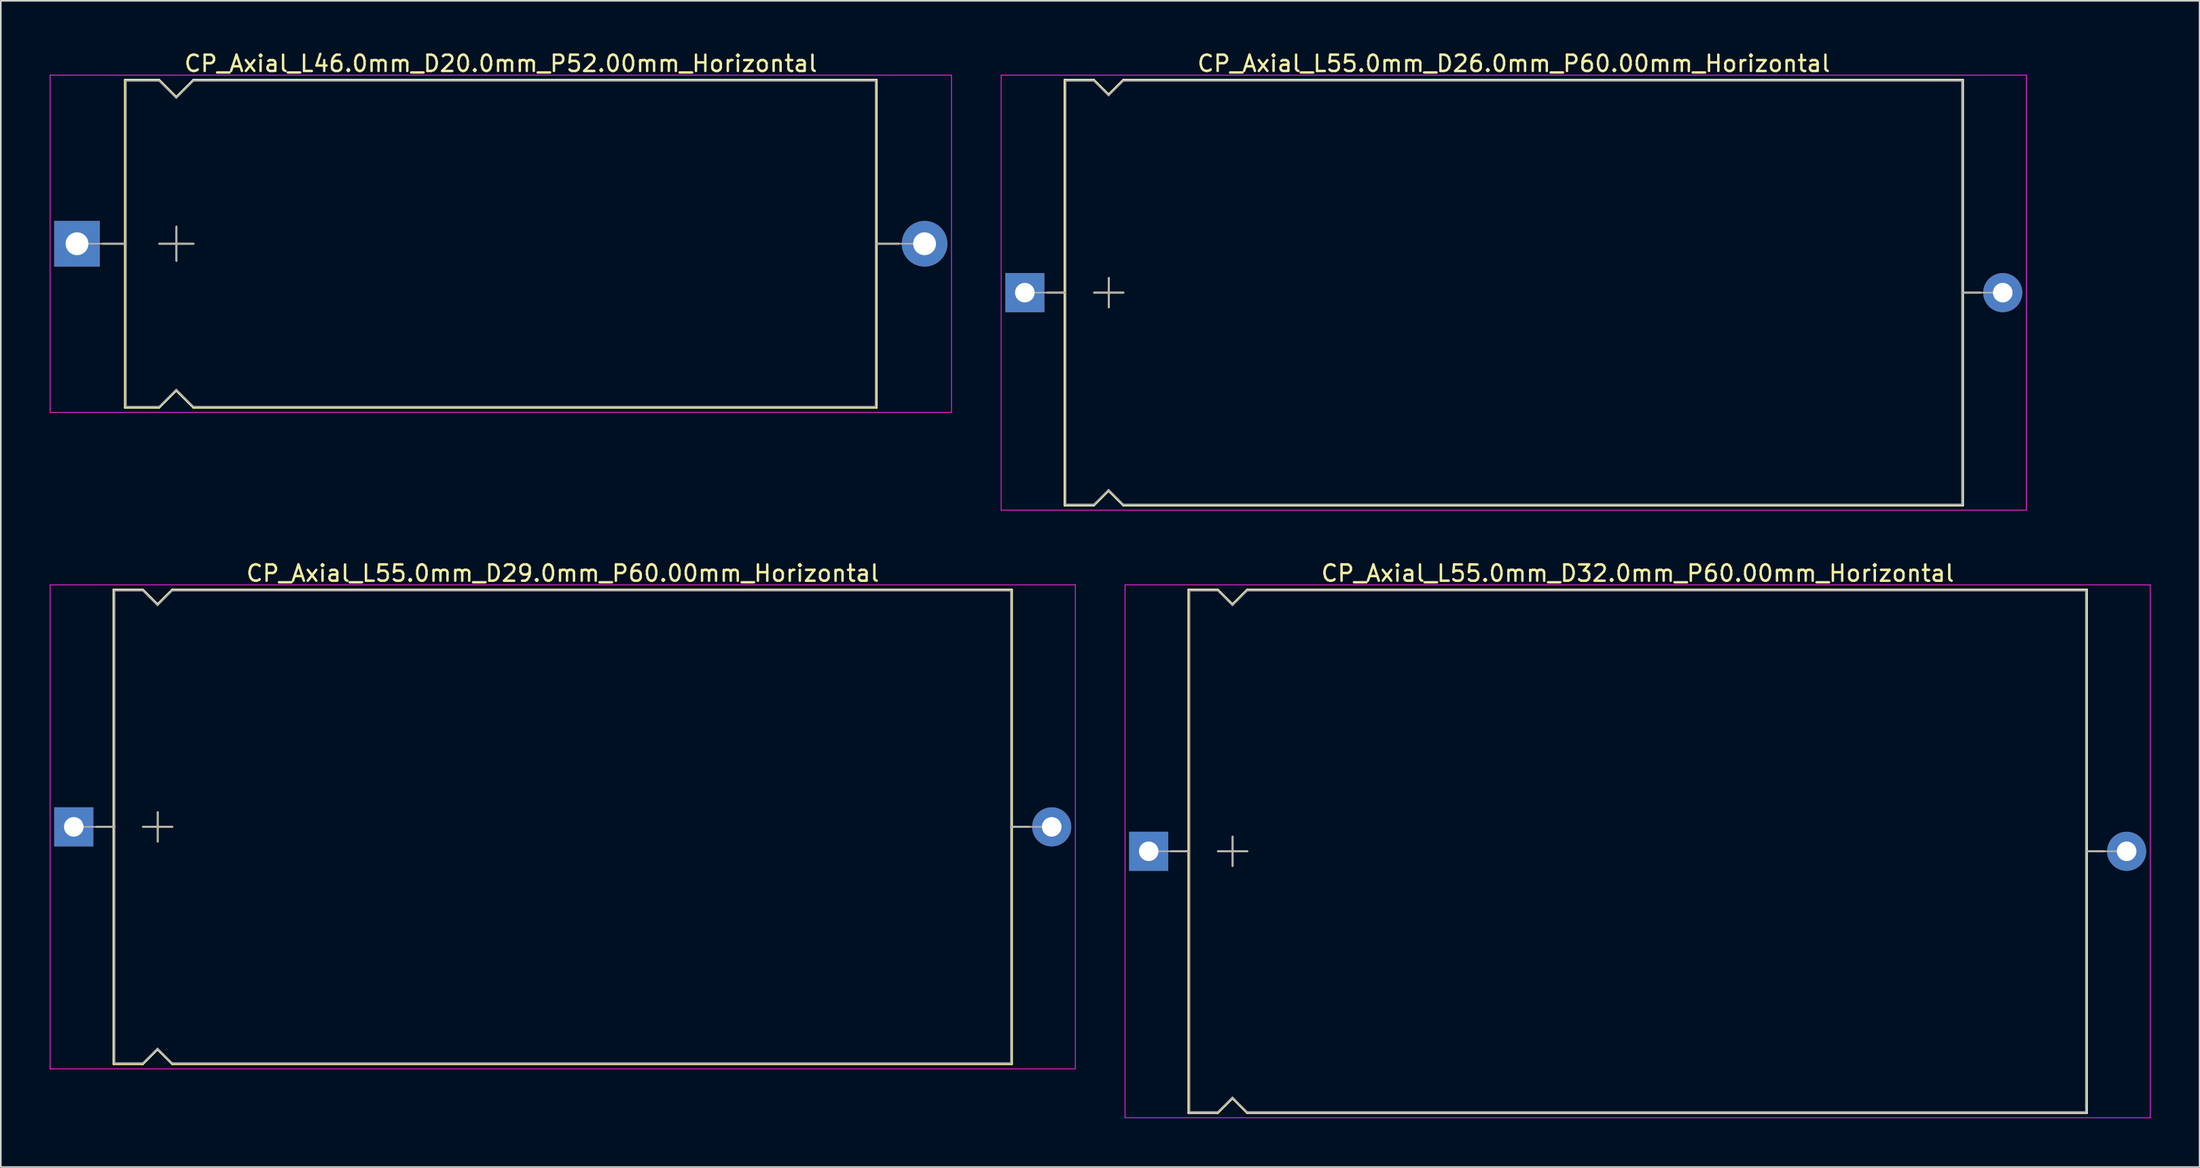
<source format=kicad_pcb>
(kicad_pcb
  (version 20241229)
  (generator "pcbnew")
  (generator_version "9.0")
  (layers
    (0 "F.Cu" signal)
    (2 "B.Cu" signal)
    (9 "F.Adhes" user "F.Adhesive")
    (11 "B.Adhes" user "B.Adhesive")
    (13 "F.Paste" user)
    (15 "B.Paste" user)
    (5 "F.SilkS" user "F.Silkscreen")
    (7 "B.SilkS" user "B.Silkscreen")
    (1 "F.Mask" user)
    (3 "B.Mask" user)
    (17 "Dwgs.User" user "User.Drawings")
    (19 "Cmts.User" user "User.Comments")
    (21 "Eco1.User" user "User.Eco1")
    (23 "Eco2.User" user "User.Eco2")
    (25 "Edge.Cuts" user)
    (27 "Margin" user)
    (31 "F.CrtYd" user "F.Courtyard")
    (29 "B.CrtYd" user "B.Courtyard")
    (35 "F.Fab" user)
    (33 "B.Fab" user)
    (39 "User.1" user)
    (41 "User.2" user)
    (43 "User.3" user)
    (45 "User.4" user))
  (footprint "CP_Axial_L55.0mm_D29.0mm_P60.00mm_Horizontal"
    (layer "F.Cu")
    (at 1.475 47.691)
    (property "Reference" "CP_Axial_L55.0mm_D29.0mm_P60.00mm_Horizontal" (at 30 -15.56 0) (layer "F.SilkS") (effects (font (size 1 1) (thickness 0.15))))
    (attr through_hole)
    (fp_line (start 1.38 0) (end 2.44 0) (stroke (width 0.12) (type solid)) (layer "F.SilkS"))
    (fp_line (start 2.44 -14.56) (end 2.44 14.56) (stroke (width 0.12) (type solid)) (layer "F.SilkS"))
    (fp_line (start 2.44 -14.56) (end 4.24 -14.56) (stroke (width 0.12) (type solid)) (layer "F.SilkS"))
    (fp_line (start 2.44 14.56) (end 4.24 14.56) (stroke (width 0.12) (type solid)) (layer "F.SilkS"))
    (fp_line (start 4.24 -14.56) (end 5.14 -13.66) (stroke (width 0.12) (type solid)) (layer "F.SilkS"))
    (fp_line (start 4.24 14.56) (end 5.14 13.66) (stroke (width 0.12) (type solid)) (layer "F.SilkS"))
    (fp_line (start 4.25 0) (end 6.05 0) (stroke (width 0.12) (type solid)) (layer "F.SilkS"))
    (fp_line (start 5.14 -13.66) (end 6.04 -14.56) (stroke (width 0.12) (type solid)) (layer "F.SilkS"))
    (fp_line (start 5.14 13.66) (end 6.04 14.56) (stroke (width 0.12) (type solid)) (layer "F.SilkS"))
    (fp_line (start 5.15 -0.9) (end 5.15 0.9) (stroke (width 0.12) (type solid)) (layer "F.SilkS"))
    (fp_line (start 6.04 -14.56) (end 57.56 -14.56) (stroke (width 0.12) (type solid)) (layer "F.SilkS"))
    (fp_line (start 6.04 14.56) (end 57.56 14.56) (stroke (width 0.12) (type solid)) (layer "F.SilkS"))
    (fp_line (start 57.56 -14.56) (end 57.56 14.56) (stroke (width 0.12) (type solid)) (layer "F.SilkS"))
    (fp_line (start 58.62 0) (end 57.56 0) (stroke (width 0.12) (type solid)) (layer "F.SilkS"))
    (fp_line (start -1.45 -14.85) (end -1.45 14.85) (stroke (width 0.05) (type solid)) (layer "F.CrtYd"))
    (fp_line (start -1.45 14.85) (end 61.45 14.85) (stroke (width 0.05) (type solid)) (layer "F.CrtYd"))
    (fp_line (start 61.45 -14.85) (end -1.45 -14.85) (stroke (width 0.05) (type solid)) (layer "F.CrtYd"))
    (fp_line (start 61.45 14.85) (end 61.45 -14.85) (stroke (width 0.05) (type solid)) (layer "F.CrtYd"))
    (fp_line (start 0 0) (end 2.5 0) (stroke (width 0.1) (type solid)) (layer "F.Fab"))
    (fp_line (start 2.5 -14.5) (end 2.5 14.5) (stroke (width 0.1) (type solid)) (layer "F.Fab"))
    (fp_line (start 2.5 -14.5) (end 4.24 -14.5) (stroke (width 0.1) (type solid)) (layer "F.Fab"))
    (fp_line (start 2.5 14.5) (end 4.24 14.5) (stroke (width 0.1) (type solid)) (layer "F.Fab"))
    (fp_line (start 4.24 -14.5) (end 5.14 -13.6) (stroke (width 0.1) (type solid)) (layer "F.Fab"))
    (fp_line (start 4.24 14.5) (end 5.14 13.6) (stroke (width 0.1) (type solid)) (layer "F.Fab"))
    (fp_line (start 4.25 0) (end 6.05 0) (stroke (width 0.1) (type solid)) (layer "F.Fab"))
    (fp_line (start 5.14 -13.6) (end 6.04 -14.5) (stroke (width 0.1) (type solid)) (layer "F.Fab"))
    (fp_line (start 5.14 13.6) (end 6.04 14.5) (stroke (width 0.1) (type solid)) (layer "F.Fab"))
    (fp_line (start 5.15 -0.9) (end 5.15 0.9) (stroke (width 0.1) (type solid)) (layer "F.Fab"))
    (fp_line (start 6.04 -14.5) (end 57.5 -14.5) (stroke (width 0.1) (type solid)) (layer "F.Fab"))
    (fp_line (start 6.04 14.5) (end 57.5 14.5) (stroke (width 0.1) (type solid)) (layer "F.Fab"))
    (fp_line (start 57.5 -14.5) (end 57.5 14.5) (stroke (width 0.1) (type solid)) (layer "F.Fab"))
    (fp_line (start 60 0) (end 57.5 0) (stroke (width 0.1) (type solid)) (layer "F.Fab"))
    (pad "1" thru_hole rect (at 0 0) (size 2.4 2.4) (drill 1.2) (layers "*.Cu" "*.Mask"))
    (pad "2" thru_hole oval (at 60 0) (size 2.4 2.4) (drill 1.2) (layers "*.Cu" "*.Mask")))
  (footprint "CP_Axial_L55.0mm_D32.0mm_P60.00mm_Horizontal"
    (layer "F.Cu")
    (at 67.425 49.191)
    (property "Reference" "CP_Axial_L55.0mm_D32.0mm_P60.00mm_Horizontal" (at 30 -17.06 0) (layer "F.SilkS") (effects (font (size 1 1) (thickness 0.15))))
    (attr through_hole)
    (fp_line (start 1.38 0) (end 2.44 0) (stroke (width 0.12) (type solid)) (layer "F.SilkS"))
    (fp_line (start 2.44 -16.06) (end 2.44 16.06) (stroke (width 0.12) (type solid)) (layer "F.SilkS"))
    (fp_line (start 2.44 -16.06) (end 4.24 -16.06) (stroke (width 0.12) (type solid)) (layer "F.SilkS"))
    (fp_line (start 2.44 16.06) (end 4.24 16.06) (stroke (width 0.12) (type solid)) (layer "F.SilkS"))
    (fp_line (start 4.24 -16.06) (end 5.14 -15.16) (stroke (width 0.12) (type solid)) (layer "F.SilkS"))
    (fp_line (start 4.24 16.06) (end 5.14 15.16) (stroke (width 0.12) (type solid)) (layer "F.SilkS"))
    (fp_line (start 4.25 0) (end 6.05 0) (stroke (width 0.12) (type solid)) (layer "F.SilkS"))
    (fp_line (start 5.14 -15.16) (end 6.04 -16.06) (stroke (width 0.12) (type solid)) (layer "F.SilkS"))
    (fp_line (start 5.14 15.16) (end 6.04 16.06) (stroke (width 0.12) (type solid)) (layer "F.SilkS"))
    (fp_line (start 5.15 -0.9) (end 5.15 0.9) (stroke (width 0.12) (type solid)) (layer "F.SilkS"))
    (fp_line (start 6.04 -16.06) (end 57.56 -16.06) (stroke (width 0.12) (type solid)) (layer "F.SilkS"))
    (fp_line (start 6.04 16.06) (end 57.56 16.06) (stroke (width 0.12) (type solid)) (layer "F.SilkS"))
    (fp_line (start 57.56 -16.06) (end 57.56 16.06) (stroke (width 0.12) (type solid)) (layer "F.SilkS"))
    (fp_line (start 58.62 0) (end 57.56 0) (stroke (width 0.12) (type solid)) (layer "F.SilkS"))
    (fp_line (start -1.45 -16.35) (end -1.45 16.35) (stroke (width 0.05) (type solid)) (layer "F.CrtYd"))
    (fp_line (start -1.45 16.35) (end 61.45 16.35) (stroke (width 0.05) (type solid)) (layer "F.CrtYd"))
    (fp_line (start 61.45 -16.35) (end -1.45 -16.35) (stroke (width 0.05) (type solid)) (layer "F.CrtYd"))
    (fp_line (start 61.45 16.35) (end 61.45 -16.35) (stroke (width 0.05) (type solid)) (layer "F.CrtYd"))
    (fp_line (start 0 0) (end 2.5 0) (stroke (width 0.1) (type solid)) (layer "F.Fab"))
    (fp_line (start 2.5 -16) (end 2.5 16) (stroke (width 0.1) (type solid)) (layer "F.Fab"))
    (fp_line (start 2.5 -16) (end 4.24 -16) (stroke (width 0.1) (type solid)) (layer "F.Fab"))
    (fp_line (start 2.5 16) (end 4.24 16) (stroke (width 0.1) (type solid)) (layer "F.Fab"))
    (fp_line (start 4.24 -16) (end 5.14 -15.1) (stroke (width 0.1) (type solid)) (layer "F.Fab"))
    (fp_line (start 4.24 16) (end 5.14 15.1) (stroke (width 0.1) (type solid)) (layer "F.Fab"))
    (fp_line (start 4.25 0) (end 6.05 0) (stroke (width 0.1) (type solid)) (layer "F.Fab"))
    (fp_line (start 5.14 -15.1) (end 6.04 -16) (stroke (width 0.1) (type solid)) (layer "F.Fab"))
    (fp_line (start 5.14 15.1) (end 6.04 16) (stroke (width 0.1) (type solid)) (layer "F.Fab"))
    (fp_line (start 5.15 -0.9) (end 5.15 0.9) (stroke (width 0.1) (type solid)) (layer "F.Fab"))
    (fp_line (start 6.04 -16) (end 57.5 -16) (stroke (width 0.1) (type solid)) (layer "F.Fab"))
    (fp_line (start 6.04 16) (end 57.5 16) (stroke (width 0.1) (type solid)) (layer "F.Fab"))
    (fp_line (start 57.5 -16) (end 57.5 16) (stroke (width 0.1) (type solid)) (layer "F.Fab"))
    (fp_line (start 60 0) (end 57.5 0) (stroke (width 0.1) (type solid)) (layer "F.Fab"))
    (pad "1" thru_hole rect (at 0 0) (size 2.4 2.4) (drill 1.2) (layers "*.Cu" "*.Mask"))
    (pad "2" thru_hole oval (at 60 0) (size 2.4 2.4) (drill 1.2) (layers "*.Cu" "*.Mask")))
  (footprint "CP_Axial_L46.0mm_D20.0mm_P52.00mm_Horizontal"
    (layer "F.Cu")
    (at 1.675 11.908)
    (property "Reference" "CP_Axial_L46.0mm_D20.0mm_P52.00mm_Horizontal" (at 26 -11.06 0) (layer "F.SilkS") (effects (font (size 1 1) (thickness 0.15))))
    (attr through_hole)
    (fp_line (start 1.58 0) (end 2.94 0) (stroke (width 0.12) (type solid)) (layer "F.SilkS"))
    (fp_line (start 2.94 -10.06) (end 2.94 10.06) (stroke (width 0.12) (type solid)) (layer "F.SilkS"))
    (fp_line (start 2.94 -10.06) (end 5.04 -10.06) (stroke (width 0.12) (type solid)) (layer "F.SilkS"))
    (fp_line (start 2.94 10.06) (end 5.04 10.06) (stroke (width 0.12) (type solid)) (layer "F.SilkS"))
    (fp_line (start 5.04 -10.06) (end 6.09 -9.01) (stroke (width 0.12) (type solid)) (layer "F.SilkS"))
    (fp_line (start 5.04 10.06) (end 6.09 9.01) (stroke (width 0.12) (type solid)) (layer "F.SilkS"))
    (fp_line (start 5.05 0) (end 7.15 0) (stroke (width 0.12) (type solid)) (layer "F.SilkS"))
    (fp_line (start 6.09 -9.01) (end 7.14 -10.06) (stroke (width 0.12) (type solid)) (layer "F.SilkS"))
    (fp_line (start 6.09 9.01) (end 7.14 10.06) (stroke (width 0.12) (type solid)) (layer "F.SilkS"))
    (fp_line (start 6.1 -1.05) (end 6.1 1.05) (stroke (width 0.12) (type solid)) (layer "F.SilkS"))
    (fp_line (start 7.14 -10.06) (end 49.06 -10.06) (stroke (width 0.12) (type solid)) (layer "F.SilkS"))
    (fp_line (start 7.14 10.06) (end 49.06 10.06) (stroke (width 0.12) (type solid)) (layer "F.SilkS"))
    (fp_line (start 49.06 -10.06) (end 49.06 10.06) (stroke (width 0.12) (type solid)) (layer "F.SilkS"))
    (fp_line (start 50.42 0) (end 49.06 0) (stroke (width 0.12) (type solid)) (layer "F.SilkS"))
    (fp_line (start -1.65 -10.35) (end -1.65 10.35) (stroke (width 0.05) (type solid)) (layer "F.CrtYd"))
    (fp_line (start -1.65 10.35) (end 53.65 10.35) (stroke (width 0.05) (type solid)) (layer "F.CrtYd"))
    (fp_line (start 53.65 -10.35) (end -1.65 -10.35) (stroke (width 0.05) (type solid)) (layer "F.CrtYd"))
    (fp_line (start 53.65 10.35) (end 53.65 -10.35) (stroke (width 0.05) (type solid)) (layer "F.CrtYd"))
    (fp_line (start 0 0) (end 3 0) (stroke (width 0.1) (type solid)) (layer "F.Fab"))
    (fp_line (start 3 -10) (end 3 10) (stroke (width 0.1) (type solid)) (layer "F.Fab"))
    (fp_line (start 3 -10) (end 5.04 -10) (stroke (width 0.1) (type solid)) (layer "F.Fab"))
    (fp_line (start 3 10) (end 5.04 10) (stroke (width 0.1) (type solid)) (layer "F.Fab"))
    (fp_line (start 5.04 -10) (end 6.09 -8.95) (stroke (width 0.1) (type solid)) (layer "F.Fab"))
    (fp_line (start 5.04 10) (end 6.09 8.95) (stroke (width 0.1) (type solid)) (layer "F.Fab"))
    (fp_line (start 5.05 0) (end 7.15 0) (stroke (width 0.1) (type solid)) (layer "F.Fab"))
    (fp_line (start 6.09 -8.95) (end 7.14 -10) (stroke (width 0.1) (type solid)) (layer "F.Fab"))
    (fp_line (start 6.09 8.95) (end 7.14 10) (stroke (width 0.1) (type solid)) (layer "F.Fab"))
    (fp_line (start 6.1 -1.05) (end 6.1 1.05) (stroke (width 0.1) (type solid)) (layer "F.Fab"))
    (fp_line (start 7.14 -10) (end 49 -10) (stroke (width 0.1) (type solid)) (layer "F.Fab"))
    (fp_line (start 7.14 10) (end 49 10) (stroke (width 0.1) (type solid)) (layer "F.Fab"))
    (fp_line (start 49 -10) (end 49 10) (stroke (width 0.1) (type solid)) (layer "F.Fab"))
    (fp_line (start 52 0) (end 49 0) (stroke (width 0.1) (type solid)) (layer "F.Fab"))
    (pad "1" thru_hole rect (at 0 0) (size 2.8 2.8) (drill 1.4) (layers "*.Cu" "*.Mask"))
    (pad "2" thru_hole oval (at 52 0) (size 2.8 2.8) (drill 1.4) (layers "*.Cu" "*.Mask")))
  (footprint "CP_Axial_L55.0mm_D26.0mm_P60.00mm_Horizontal"
    (layer "F.Cu")
    (at 59.825 14.908)
    (property "Reference" "CP_Axial_L55.0mm_D26.0mm_P60.00mm_Horizontal" (at 30 -14.06 0) (layer "F.SilkS") (effects (font (size 1 1) (thickness 0.15))))
    (attr through_hole)
    (fp_line (start 1.38 0) (end 2.44 0) (stroke (width 0.12) (type solid)) (layer "F.SilkS"))
    (fp_line (start 2.44 -13.06) (end 2.44 13.06) (stroke (width 0.12) (type solid)) (layer "F.SilkS"))
    (fp_line (start 2.44 -13.06) (end 4.24 -13.06) (stroke (width 0.12) (type solid)) (layer "F.SilkS"))
    (fp_line (start 2.44 13.06) (end 4.24 13.06) (stroke (width 0.12) (type solid)) (layer "F.SilkS"))
    (fp_line (start 4.24 -13.06) (end 5.14 -12.16) (stroke (width 0.12) (type solid)) (layer "F.SilkS"))
    (fp_line (start 4.24 13.06) (end 5.14 12.16) (stroke (width 0.12) (type solid)) (layer "F.SilkS"))
    (fp_line (start 4.25 0) (end 6.05 0) (stroke (width 0.12) (type solid)) (layer "F.SilkS"))
    (fp_line (start 5.14 -12.16) (end 6.04 -13.06) (stroke (width 0.12) (type solid)) (layer "F.SilkS"))
    (fp_line (start 5.14 12.16) (end 6.04 13.06) (stroke (width 0.12) (type solid)) (layer "F.SilkS"))
    (fp_line (start 5.15 -0.9) (end 5.15 0.9) (stroke (width 0.12) (type solid)) (layer "F.SilkS"))
    (fp_line (start 6.04 -13.06) (end 57.56 -13.06) (stroke (width 0.12) (type solid)) (layer "F.SilkS"))
    (fp_line (start 6.04 13.06) (end 57.56 13.06) (stroke (width 0.12) (type solid)) (layer "F.SilkS"))
    (fp_line (start 57.56 -13.06) (end 57.56 13.06) (stroke (width 0.12) (type solid)) (layer "F.SilkS"))
    (fp_line (start 58.62 0) (end 57.56 0) (stroke (width 0.12) (type solid)) (layer "F.SilkS"))
    (fp_line (start -1.45 -13.35) (end -1.45 13.35) (stroke (width 0.05) (type solid)) (layer "F.CrtYd"))
    (fp_line (start -1.45 13.35) (end 61.45 13.35) (stroke (width 0.05) (type solid)) (layer "F.CrtYd"))
    (fp_line (start 61.45 -13.35) (end -1.45 -13.35) (stroke (width 0.05) (type solid)) (layer "F.CrtYd"))
    (fp_line (start 61.45 13.35) (end 61.45 -13.35) (stroke (width 0.05) (type solid)) (layer "F.CrtYd"))
    (fp_line (start 0 0) (end 2.5 0) (stroke (width 0.1) (type solid)) (layer "F.Fab"))
    (fp_line (start 2.5 -13) (end 2.5 13) (stroke (width 0.1) (type solid)) (layer "F.Fab"))
    (fp_line (start 2.5 -13) (end 4.24 -13) (stroke (width 0.1) (type solid)) (layer "F.Fab"))
    (fp_line (start 2.5 13) (end 4.24 13) (stroke (width 0.1) (type solid)) (layer "F.Fab"))
    (fp_line (start 4.24 -13) (end 5.14 -12.1) (stroke (width 0.1) (type solid)) (layer "F.Fab"))
    (fp_line (start 4.24 13) (end 5.14 12.1) (stroke (width 0.1) (type solid)) (layer "F.Fab"))
    (fp_line (start 4.25 0) (end 6.05 0) (stroke (width 0.1) (type solid)) (layer "F.Fab"))
    (fp_line (start 5.14 -12.1) (end 6.04 -13) (stroke (width 0.1) (type solid)) (layer "F.Fab"))
    (fp_line (start 5.14 12.1) (end 6.04 13) (stroke (width 0.1) (type solid)) (layer "F.Fab"))
    (fp_line (start 5.15 -0.9) (end 5.15 0.9) (stroke (width 0.1) (type solid)) (layer "F.Fab"))
    (fp_line (start 6.04 -13) (end 57.5 -13) (stroke (width 0.1) (type solid)) (layer "F.Fab"))
    (fp_line (start 6.04 13) (end 57.5 13) (stroke (width 0.1) (type solid)) (layer "F.Fab"))
    (fp_line (start 57.5 -13) (end 57.5 13) (stroke (width 0.1) (type solid)) (layer "F.Fab"))
    (fp_line (start 60 0) (end 57.5 0) (stroke (width 0.1) (type solid)) (layer "F.Fab"))
    (pad "1" thru_hole rect (at 0 0) (size 2.4 2.4) (drill 1.2) (layers "*.Cu" "*.Mask"))
    (pad "2" thru_hole oval (at 60 0) (size 2.4 2.4) (drill 1.2) (layers "*.Cu" "*.Mask")))
  (gr_rect
    (start -3 -3)
    (end 131.9 68.567)
    (stroke (width 0.1) (type default))
    (fill no)
    (layer "Edge.Cuts")))
</source>
